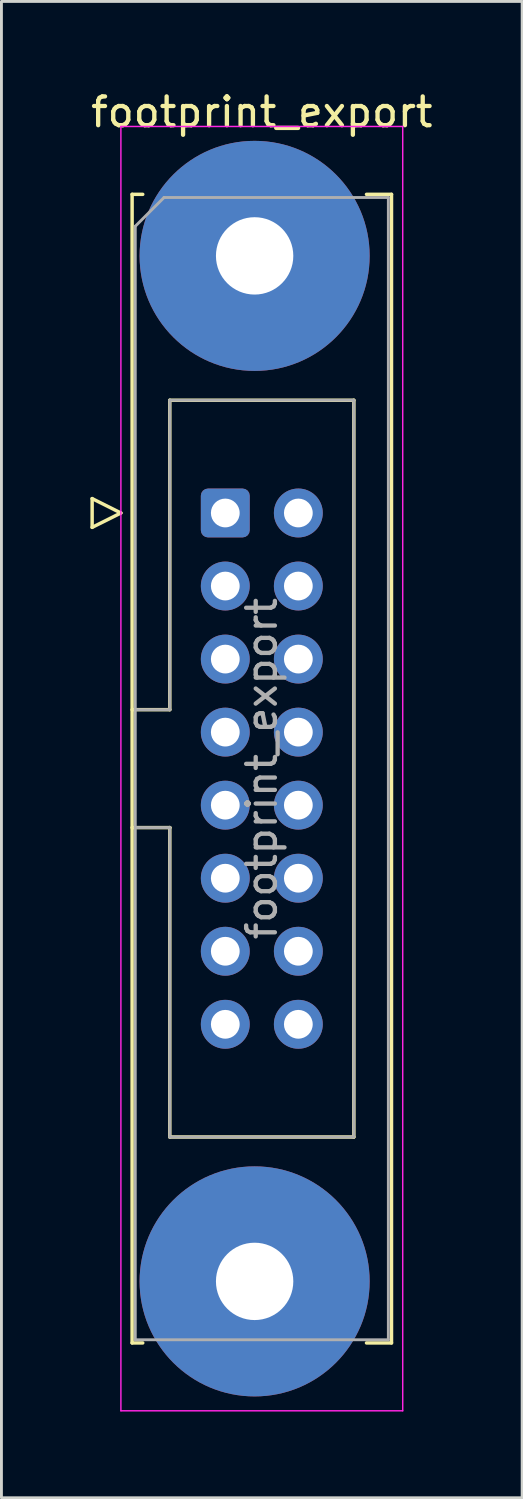
<source format=kicad_pcb>
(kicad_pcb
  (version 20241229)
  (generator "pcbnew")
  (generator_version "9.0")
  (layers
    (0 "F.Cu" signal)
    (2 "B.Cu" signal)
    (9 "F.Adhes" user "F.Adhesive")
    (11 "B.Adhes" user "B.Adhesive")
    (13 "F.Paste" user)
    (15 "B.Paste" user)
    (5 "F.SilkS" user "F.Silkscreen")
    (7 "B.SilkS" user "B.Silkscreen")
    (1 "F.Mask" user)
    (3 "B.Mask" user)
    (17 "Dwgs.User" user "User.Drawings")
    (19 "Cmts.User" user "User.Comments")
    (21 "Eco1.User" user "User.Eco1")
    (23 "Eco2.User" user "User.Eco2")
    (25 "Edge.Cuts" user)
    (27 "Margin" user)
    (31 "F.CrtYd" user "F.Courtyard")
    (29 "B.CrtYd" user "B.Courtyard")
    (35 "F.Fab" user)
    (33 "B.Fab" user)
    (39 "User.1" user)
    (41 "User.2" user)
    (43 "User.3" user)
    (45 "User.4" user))
  (footprint "footprint_export"
    (layer "F.Cu")
    (at 4.784 14.788)
    (property "Reference" "footprint_export" (at 1.27 -13.94 0) (layer "F.SilkS") (effects (font (size 1 1) (thickness 0.15))))
    (attr through_hole)
    (fp_line (start -4.63 -0.5) (end -4.63 0.5) (stroke (width 0.12) (type solid)) (layer "F.SilkS"))
    (fp_line (start -4.63 0.5) (end -3.63 0) (stroke (width 0.12) (type solid)) (layer "F.SilkS"))
    (fp_line (start -3.63 0) (end -4.63 -0.5) (stroke (width 0.12) (type solid)) (layer "F.SilkS"))
    (fp_line (start -3.24 -11.08) (end -3.24 28.86) (stroke (width 0.12) (type solid)) (layer "F.SilkS"))
    (fp_line (start -3.24 6.84) (end -1.93 6.84) (stroke (width 0.12) (type solid)) (layer "F.SilkS"))
    (fp_line (start -3.24 28.86) (end -2.87 28.86) (stroke (width 0.12) (type solid)) (layer "F.SilkS"))
    (fp_line (start -2.87 -11.08) (end -3.24 -11.08) (stroke (width 0.12) (type solid)) (layer "F.SilkS"))
    (fp_line (start -1.93 -3.92) (end 4.47 -3.92) (stroke (width 0.12) (type solid)) (layer "F.SilkS"))
    (fp_line (start -1.93 6.84) (end -1.93 -3.92) (stroke (width 0.12) (type solid)) (layer "F.SilkS"))
    (fp_line (start -1.93 10.94) (end -3.24 10.94) (stroke (width 0.12) (type solid)) (layer "F.SilkS"))
    (fp_line (start -1.93 10.94) (end -1.93 10.94) (stroke (width 0.12) (type solid)) (layer "F.SilkS"))
    (fp_line (start -1.93 21.7) (end -1.93 10.94) (stroke (width 0.12) (type solid)) (layer "F.SilkS"))
    (fp_line (start 4.47 -3.92) (end 4.47 21.7) (stroke (width 0.12) (type solid)) (layer "F.SilkS"))
    (fp_line (start 4.47 21.7) (end -1.93 21.7) (stroke (width 0.12) (type solid)) (layer "F.SilkS"))
    (fp_line (start 4.91 -11.08) (end 5.78 -11.08) (stroke (width 0.12) (type solid)) (layer "F.SilkS"))
    (fp_line (start 5.78 -11.08) (end 5.78 28.86) (stroke (width 0.12) (type solid)) (layer "F.SilkS"))
    (fp_line (start 5.78 28.86) (end 4.91 28.86) (stroke (width 0.12) (type solid)) (layer "F.SilkS"))
    (fp_line (start -3.63 -13.44) (end -3.63 31.22) (stroke (width 0.05) (type solid)) (layer "F.CrtYd"))
    (fp_line (start -3.63 31.22) (end 6.17 31.22) (stroke (width 0.05) (type solid)) (layer "F.CrtYd"))
    (fp_line (start 6.17 -13.44) (end -3.63 -13.44) (stroke (width 0.05) (type solid)) (layer "F.CrtYd"))
    (fp_line (start 6.17 31.22) (end 6.17 -13.44) (stroke (width 0.05) (type solid)) (layer "F.CrtYd"))
    (fp_line (start -3.13 -9.97) (end -2.13 -10.97) (stroke (width 0.1) (type solid)) (layer "F.Fab"))
    (fp_line (start -3.13 6.84) (end -1.93 6.84) (stroke (width 0.1) (type solid)) (layer "F.Fab"))
    (fp_line (start -3.13 28.75) (end -3.13 -9.97) (stroke (width 0.1) (type solid)) (layer "F.Fab"))
    (fp_line (start -2.13 -10.97) (end 5.67 -10.97) (stroke (width 0.1) (type solid)) (layer "F.Fab"))
    (fp_line (start -1.93 -3.92) (end 4.47 -3.92) (stroke (width 0.1) (type solid)) (layer "F.Fab"))
    (fp_line (start -1.93 6.84) (end -1.93 -3.92) (stroke (width 0.1) (type solid)) (layer "F.Fab"))
    (fp_line (start -1.93 10.94) (end -3.13 10.94) (stroke (width 0.1) (type solid)) (layer "F.Fab"))
    (fp_line (start -1.93 10.94) (end -1.93 10.94) (stroke (width 0.1) (type solid)) (layer "F.Fab"))
    (fp_line (start -1.93 21.7) (end -1.93 10.94) (stroke (width 0.1) (type solid)) (layer "F.Fab"))
    (fp_line (start 4.47 -3.92) (end 4.47 21.7) (stroke (width 0.1) (type solid)) (layer "F.Fab"))
    (fp_line (start 4.47 21.7) (end -1.93 21.7) (stroke (width 0.1) (type solid)) (layer "F.Fab"))
    (fp_line (start 5.67 -10.97) (end 5.67 28.75) (stroke (width 0.1) (type solid)) (layer "F.Fab"))
    (fp_line (start 5.67 28.75) (end -3.13 28.75) (stroke (width 0.1) (type solid)) (layer "F.Fab"))
    (fp_text user "${REFERENCE}" (at 1.27 8.89 90) (layer "F.Fab") (effects (font (size 1 1) (thickness 0.15))))
    (pad "1" thru_hole roundrect (at 0 0) (size 1.7 1.7) (drill 1) (layers "*.Cu" "*.Mask") (roundrect_rratio 0.147))
    (pad "2" thru_hole circle (at 2.54 0) (size 1.7 1.7) (drill 1) (layers "*.Cu" "*.Mask"))
    (pad "3" thru_hole circle (at 0 2.54) (size 1.7 1.7) (drill 1) (layers "*.Cu" "*.Mask"))
    (pad "4" thru_hole circle (at 2.54 2.54) (size 1.7 1.7) (drill 1) (layers "*.Cu" "*.Mask"))
    (pad "5" thru_hole circle (at 0 5.08) (size 1.7 1.7) (drill 1) (layers "*.Cu" "*.Mask"))
    (pad "6" thru_hole circle (at 2.54 5.08) (size 1.7 1.7) (drill 1) (layers "*.Cu" "*.Mask"))
    (pad "7" thru_hole circle (at 0 7.62) (size 1.7 1.7) (drill 1) (layers "*.Cu" "*.Mask"))
    (pad "8" thru_hole circle (at 2.54 7.62) (size 1.7 1.7) (drill 1) (layers "*.Cu" "*.Mask"))
    (pad "9" thru_hole circle (at 0 10.16) (size 1.7 1.7) (drill 1) (layers "*.Cu" "*.Mask"))
    (pad "10" thru_hole circle (at 2.54 10.16) (size 1.7 1.7) (drill 1) (layers "*.Cu" "*.Mask"))
    (pad "11" thru_hole circle (at 0 12.7) (size 1.7 1.7) (drill 1) (layers "*.Cu" "*.Mask"))
    (pad "12" thru_hole circle (at 2.54 12.7) (size 1.7 1.7) (drill 1) (layers "*.Cu" "*.Mask"))
    (pad "13" thru_hole circle (at 0 15.24) (size 1.7 1.7) (drill 1) (layers "*.Cu" "*.Mask"))
    (pad "14" thru_hole circle (at 2.54 15.24) (size 1.7 1.7) (drill 1) (layers "*.Cu" "*.Mask"))
    (pad "15" thru_hole circle (at 0 17.78) (size 1.7 1.7) (drill 1) (layers "*.Cu" "*.Mask"))
    (pad "16" thru_hole circle (at 2.54 17.78) (size 1.7 1.7) (drill 1) (layers "*.Cu" "*.Mask"))
    (pad "MP" thru_hole circle (at 1.02 -8.94) (size 8 8) (drill 2.69) (layers "*.Cu" "*.Mask"))
    (pad "MP" thru_hole circle (at 1.02 26.72) (size 8 8) (drill 2.69) (layers "*.Cu" "*.Mask")))
  (gr_rect
    (start -3 -3)
    (end 15.107 49.033)
    (stroke (width 0.1) (type default))
    (fill no)
    (layer "Edge.Cuts")))
</source>
